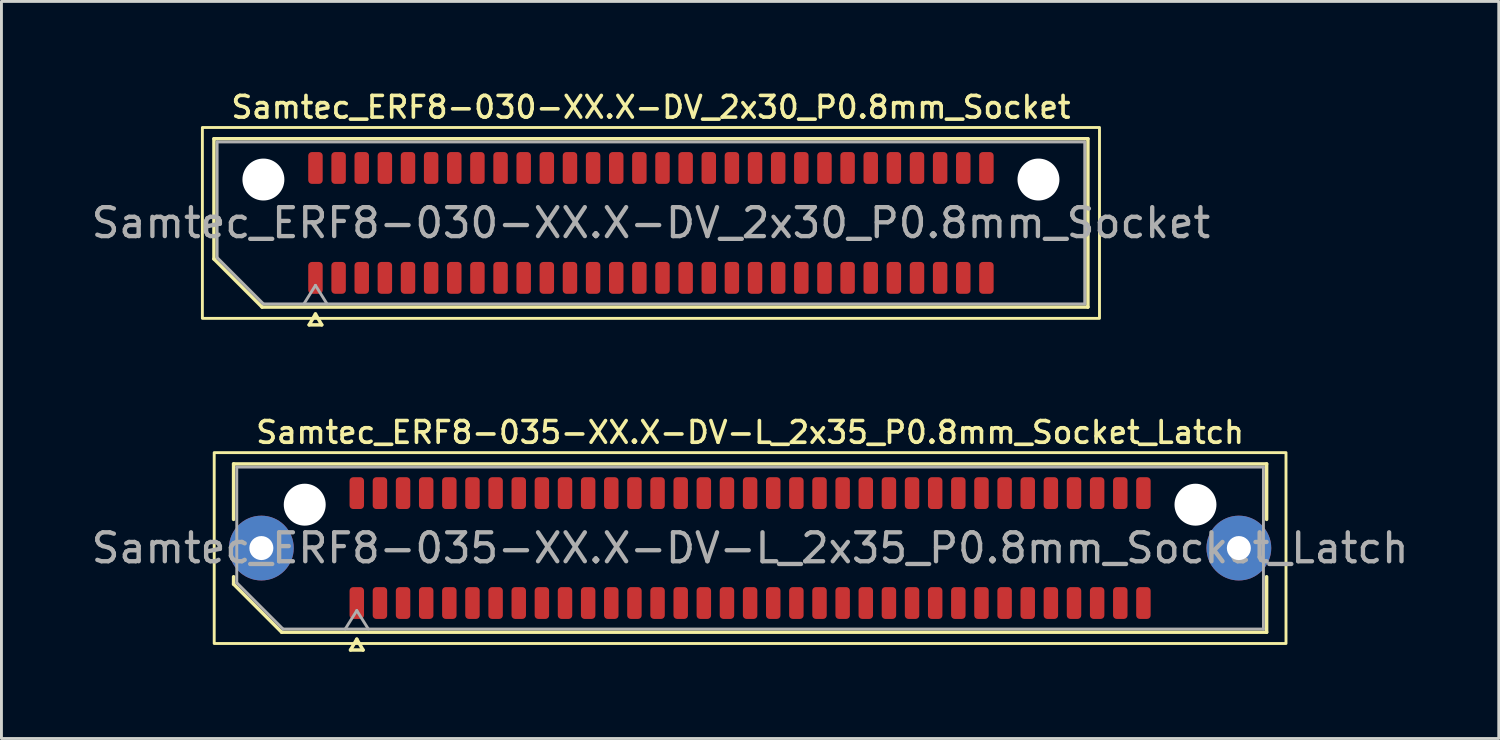
<source format=kicad_pcb>
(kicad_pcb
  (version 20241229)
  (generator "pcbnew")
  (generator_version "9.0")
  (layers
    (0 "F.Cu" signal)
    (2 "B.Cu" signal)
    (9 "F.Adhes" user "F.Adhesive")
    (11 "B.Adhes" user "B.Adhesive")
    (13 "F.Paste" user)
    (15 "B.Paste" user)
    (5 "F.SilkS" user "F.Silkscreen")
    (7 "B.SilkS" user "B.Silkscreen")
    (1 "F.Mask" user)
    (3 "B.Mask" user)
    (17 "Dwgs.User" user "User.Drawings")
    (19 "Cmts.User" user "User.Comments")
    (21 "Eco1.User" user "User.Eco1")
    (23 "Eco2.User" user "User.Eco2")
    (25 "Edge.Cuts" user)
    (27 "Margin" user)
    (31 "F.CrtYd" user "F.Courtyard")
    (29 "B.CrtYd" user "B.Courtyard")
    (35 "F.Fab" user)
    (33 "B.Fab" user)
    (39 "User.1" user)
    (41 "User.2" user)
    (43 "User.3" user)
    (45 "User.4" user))
  (footprint "Samtec_ERF8-030-XX.X-DV_2x30_P0.8mm_Socket"
    (layer "F.Cu")
    (at 19.458 4.658)
    (property "Reference" "Samtec_ERF8-030-XX.X-DV_2x30_P0.8mm_Socket" (at 0 -4 0) (layer "F.SilkS") (effects (font (size 0.75 0.75) (thickness 0.125))))
    (attr smd)
    (fp_line (start -15.11 -2.91) (end 15.11 -2.91) (stroke (width 0.12) (type solid)) (layer "F.SilkS"))
    (fp_line (start -15.11 1.246) (end -15.11 -2.91) (stroke (width 0.12) (type solid)) (layer "F.SilkS"))
    (fp_line (start -13.446 2.91) (end -15.11 1.246) (stroke (width 0.12) (type solid)) (layer "F.SilkS"))
    (fp_line (start -11.817 3.525) (end -11.6 3.15) (stroke (width 0.12) (type solid)) (layer "F.SilkS"))
    (fp_line (start -11.6 3.15) (end -11.383 3.525) (stroke (width 0.12) (type solid)) (layer "F.SilkS"))
    (fp_line (start -11.383 3.525) (end -11.817 3.525) (stroke (width 0.12) (type solid)) (layer "F.SilkS"))
    (fp_line (start 15.11 -2.91) (end 15.11 2.91) (stroke (width 0.12) (type solid)) (layer "F.SilkS"))
    (fp_line (start 15.11 2.91) (end -13.446 2.91) (stroke (width 0.12) (type solid)) (layer "F.SilkS"))
    (fp_rect (start -15.51 -3.3) (end 15.51 3.3) (stroke (width 0.1) (type solid)) (fill no) (layer "F.SilkS"))
    (fp_line (start -15 -2.8) (end 15 -2.8) (stroke (width 0.1) (type solid)) (layer "F.Fab"))
    (fp_line (start -15 1.2) (end -15 -2.8) (stroke (width 0.1) (type solid)) (layer "F.Fab"))
    (fp_line (start -13.4 2.8) (end -15 1.2) (stroke (width 0.1) (type solid)) (layer "F.Fab"))
    (fp_line (start -12 2.8) (end -11.6 2.16) (stroke (width 0.1) (type solid)) (layer "F.Fab"))
    (fp_line (start -11.6 2.16) (end -11.2 2.8) (stroke (width 0.1) (type solid)) (layer "F.Fab"))
    (fp_line (start 15 -2.8) (end 15 2.8) (stroke (width 0.1) (type solid)) (layer "F.Fab"))
    (fp_line (start 15 2.8) (end -13.4 2.8) (stroke (width 0.1) (type solid)) (layer "F.Fab"))
    (fp_text user "${REFERENCE}" (at 0 0 0) (layer "F.Fab") (effects (font (size 1 1) (thickness 0.15))))
    (pad "" np_thru_hole circle (at -13.4 -1.5) (size 1.45 1.45) (drill 1.45) (layers "*.Cu" "*.Mask"))
    (pad "" np_thru_hole circle (at 13.4 -1.5) (size 1.45 1.45) (drill 1.45) (layers "*.Cu" "*.Mask"))
    (pad "1" smd roundrect (at -11.6 1.9) (size 0.5 1.1) (layers "F.Cu" "F.Mask" "F.Paste") (roundrect_rratio 0.25))
    (pad "2" smd roundrect (at -11.6 -1.9) (size 0.5 1.1) (layers "F.Cu" "F.Mask" "F.Paste") (roundrect_rratio 0.25))
    (pad "3" smd roundrect (at -10.8 1.9) (size 0.5 1.1) (layers "F.Cu" "F.Mask" "F.Paste") (roundrect_rratio 0.25))
    (pad "4" smd roundrect (at -10.8 -1.9) (size 0.5 1.1) (layers "F.Cu" "F.Mask" "F.Paste") (roundrect_rratio 0.25))
    (pad "5" smd roundrect (at -10 1.9) (size 0.5 1.1) (layers "F.Cu" "F.Mask" "F.Paste") (roundrect_rratio 0.25))
    (pad "6" smd roundrect (at -10 -1.9) (size 0.5 1.1) (layers "F.Cu" "F.Mask" "F.Paste") (roundrect_rratio 0.25))
    (pad "7" smd roundrect (at -9.2 1.9) (size 0.5 1.1) (layers "F.Cu" "F.Mask" "F.Paste") (roundrect_rratio 0.25))
    (pad "8" smd roundrect (at -9.2 -1.9) (size 0.5 1.1) (layers "F.Cu" "F.Mask" "F.Paste") (roundrect_rratio 0.25))
    (pad "9" smd roundrect (at -8.4 1.9) (size 0.5 1.1) (layers "F.Cu" "F.Mask" "F.Paste") (roundrect_rratio 0.25))
    (pad "10" smd roundrect (at -8.4 -1.9) (size 0.5 1.1) (layers "F.Cu" "F.Mask" "F.Paste") (roundrect_rratio 0.25))
    (pad "11" smd roundrect (at -7.6 1.9) (size 0.5 1.1) (layers "F.Cu" "F.Mask" "F.Paste") (roundrect_rratio 0.25))
    (pad "12" smd roundrect (at -7.6 -1.9) (size 0.5 1.1) (layers "F.Cu" "F.Mask" "F.Paste") (roundrect_rratio 0.25))
    (pad "13" smd roundrect (at -6.8 1.9) (size 0.5 1.1) (layers "F.Cu" "F.Mask" "F.Paste") (roundrect_rratio 0.25))
    (pad "14" smd roundrect (at -6.8 -1.9) (size 0.5 1.1) (layers "F.Cu" "F.Mask" "F.Paste") (roundrect_rratio 0.25))
    (pad "15" smd roundrect (at -6 1.9) (size 0.5 1.1) (layers "F.Cu" "F.Mask" "F.Paste") (roundrect_rratio 0.25))
    (pad "16" smd roundrect (at -6 -1.9) (size 0.5 1.1) (layers "F.Cu" "F.Mask" "F.Paste") (roundrect_rratio 0.25))
    (pad "17" smd roundrect (at -5.2 1.9) (size 0.5 1.1) (layers "F.Cu" "F.Mask" "F.Paste") (roundrect_rratio 0.25))
    (pad "18" smd roundrect (at -5.2 -1.9) (size 0.5 1.1) (layers "F.Cu" "F.Mask" "F.Paste") (roundrect_rratio 0.25))
    (pad "19" smd roundrect (at -4.4 1.9) (size 0.5 1.1) (layers "F.Cu" "F.Mask" "F.Paste") (roundrect_rratio 0.25))
    (pad "20" smd roundrect (at -4.4 -1.9) (size 0.5 1.1) (layers "F.Cu" "F.Mask" "F.Paste") (roundrect_rratio 0.25))
    (pad "21" smd roundrect (at -3.6 1.9) (size 0.5 1.1) (layers "F.Cu" "F.Mask" "F.Paste") (roundrect_rratio 0.25))
    (pad "22" smd roundrect (at -3.6 -1.9) (size 0.5 1.1) (layers "F.Cu" "F.Mask" "F.Paste") (roundrect_rratio 0.25))
    (pad "23" smd roundrect (at -2.8 1.9) (size 0.5 1.1) (layers "F.Cu" "F.Mask" "F.Paste") (roundrect_rratio 0.25))
    (pad "24" smd roundrect (at -2.8 -1.9) (size 0.5 1.1) (layers "F.Cu" "F.Mask" "F.Paste") (roundrect_rratio 0.25))
    (pad "25" smd roundrect (at -2 1.9) (size 0.5 1.1) (layers "F.Cu" "F.Mask" "F.Paste") (roundrect_rratio 0.25))
    (pad "26" smd roundrect (at -2 -1.9) (size 0.5 1.1) (layers "F.Cu" "F.Mask" "F.Paste") (roundrect_rratio 0.25))
    (pad "27" smd roundrect (at -1.2 1.9) (size 0.5 1.1) (layers "F.Cu" "F.Mask" "F.Paste") (roundrect_rratio 0.25))
    (pad "28" smd roundrect (at -1.2 -1.9) (size 0.5 1.1) (layers "F.Cu" "F.Mask" "F.Paste") (roundrect_rratio 0.25))
    (pad "29" smd roundrect (at -0.4 1.9) (size 0.5 1.1) (layers "F.Cu" "F.Mask" "F.Paste") (roundrect_rratio 0.25))
    (pad "30" smd roundrect (at -0.4 -1.9) (size 0.5 1.1) (layers "F.Cu" "F.Mask" "F.Paste") (roundrect_rratio 0.25))
    (pad "31" smd roundrect (at 0.4 1.9) (size 0.5 1.1) (layers "F.Cu" "F.Mask" "F.Paste") (roundrect_rratio 0.25))
    (pad "32" smd roundrect (at 0.4 -1.9) (size 0.5 1.1) (layers "F.Cu" "F.Mask" "F.Paste") (roundrect_rratio 0.25))
    (pad "33" smd roundrect (at 1.2 1.9) (size 0.5 1.1) (layers "F.Cu" "F.Mask" "F.Paste") (roundrect_rratio 0.25))
    (pad "34" smd roundrect (at 1.2 -1.9) (size 0.5 1.1) (layers "F.Cu" "F.Mask" "F.Paste") (roundrect_rratio 0.25))
    (pad "35" smd roundrect (at 2 1.9) (size 0.5 1.1) (layers "F.Cu" "F.Mask" "F.Paste") (roundrect_rratio 0.25))
    (pad "36" smd roundrect (at 2 -1.9) (size 0.5 1.1) (layers "F.Cu" "F.Mask" "F.Paste") (roundrect_rratio 0.25))
    (pad "37" smd roundrect (at 2.8 1.9) (size 0.5 1.1) (layers "F.Cu" "F.Mask" "F.Paste") (roundrect_rratio 0.25))
    (pad "38" smd roundrect (at 2.8 -1.9) (size 0.5 1.1) (layers "F.Cu" "F.Mask" "F.Paste") (roundrect_rratio 0.25))
    (pad "39" smd roundrect (at 3.6 1.9) (size 0.5 1.1) (layers "F.Cu" "F.Mask" "F.Paste") (roundrect_rratio 0.25))
    (pad "40" smd roundrect (at 3.6 -1.9) (size 0.5 1.1) (layers "F.Cu" "F.Mask" "F.Paste") (roundrect_rratio 0.25))
    (pad "41" smd roundrect (at 4.4 1.9) (size 0.5 1.1) (layers "F.Cu" "F.Mask" "F.Paste") (roundrect_rratio 0.25))
    (pad "42" smd roundrect (at 4.4 -1.9) (size 0.5 1.1) (layers "F.Cu" "F.Mask" "F.Paste") (roundrect_rratio 0.25))
    (pad "43" smd roundrect (at 5.2 1.9) (size 0.5 1.1) (layers "F.Cu" "F.Mask" "F.Paste") (roundrect_rratio 0.25))
    (pad "44" smd roundrect (at 5.2 -1.9) (size 0.5 1.1) (layers "F.Cu" "F.Mask" "F.Paste") (roundrect_rratio 0.25))
    (pad "45" smd roundrect (at 6 1.9) (size 0.5 1.1) (layers "F.Cu" "F.Mask" "F.Paste") (roundrect_rratio 0.25))
    (pad "46" smd roundrect (at 6 -1.9) (size 0.5 1.1) (layers "F.Cu" "F.Mask" "F.Paste") (roundrect_rratio 0.25))
    (pad "47" smd roundrect (at 6.8 1.9) (size 0.5 1.1) (layers "F.Cu" "F.Mask" "F.Paste") (roundrect_rratio 0.25))
    (pad "48" smd roundrect (at 6.8 -1.9) (size 0.5 1.1) (layers "F.Cu" "F.Mask" "F.Paste") (roundrect_rratio 0.25))
    (pad "49" smd roundrect (at 7.6 1.9) (size 0.5 1.1) (layers "F.Cu" "F.Mask" "F.Paste") (roundrect_rratio 0.25))
    (pad "50" smd roundrect (at 7.6 -1.9) (size 0.5 1.1) (layers "F.Cu" "F.Mask" "F.Paste") (roundrect_rratio 0.25))
    (pad "51" smd roundrect (at 8.4 1.9) (size 0.5 1.1) (layers "F.Cu" "F.Mask" "F.Paste") (roundrect_rratio 0.25))
    (pad "52" smd roundrect (at 8.4 -1.9) (size 0.5 1.1) (layers "F.Cu" "F.Mask" "F.Paste") (roundrect_rratio 0.25))
    (pad "53" smd roundrect (at 9.2 1.9) (size 0.5 1.1) (layers "F.Cu" "F.Mask" "F.Paste") (roundrect_rratio 0.25))
    (pad "54" smd roundrect (at 9.2 -1.9) (size 0.5 1.1) (layers "F.Cu" "F.Mask" "F.Paste") (roundrect_rratio 0.25))
    (pad "55" smd roundrect (at 10 1.9) (size 0.5 1.1) (layers "F.Cu" "F.Mask" "F.Paste") (roundrect_rratio 0.25))
    (pad "56" smd roundrect (at 10 -1.9) (size 0.5 1.1) (layers "F.Cu" "F.Mask" "F.Paste") (roundrect_rratio 0.25))
    (pad "57" smd roundrect (at 10.8 1.9) (size 0.5 1.1) (layers "F.Cu" "F.Mask" "F.Paste") (roundrect_rratio 0.25))
    (pad "58" smd roundrect (at 10.8 -1.9) (size 0.5 1.1) (layers "F.Cu" "F.Mask" "F.Paste") (roundrect_rratio 0.25))
    (pad "59" smd roundrect (at 11.6 1.9) (size 0.5 1.1) (layers "F.Cu" "F.Mask" "F.Paste") (roundrect_rratio 0.25))
    (pad "60" smd roundrect (at 11.6 -1.9) (size 0.5 1.1) (layers "F.Cu" "F.Mask" "F.Paste") (roundrect_rratio 0.25)))
  (footprint "Samtec_ERF8-035-XX.X-DV-L_2x35_P0.8mm_Socket_Latch"
    (layer "F.Cu")
    (at 22.887 15.901)
    (property "Reference" "Samtec_ERF8-035-XX.X-DV-L_2x35_P0.8mm_Socket_Latch" (at 0 -4 0) (layer "F.SilkS") (effects (font (size 0.75 0.75) (thickness 0.125))))
    (attr smd)
    (fp_line (start -17.86 -2.91) (end 17.86 -2.91) (stroke (width 0.12) (type solid)) (layer "F.SilkS"))
    (fp_line (start -17.86 -0.991) (end -17.86 -2.91) (stroke (width 0.12) (type solid)) (layer "F.SilkS"))
    (fp_line (start -17.86 1.246) (end -17.86 0.991) (stroke (width 0.12) (type solid)) (layer "F.SilkS"))
    (fp_line (start -16.196 2.91) (end -17.86 1.246) (stroke (width 0.12) (type solid)) (layer "F.SilkS"))
    (fp_line (start -13.817 3.525) (end -13.6 3.15) (stroke (width 0.12) (type solid)) (layer "F.SilkS"))
    (fp_line (start -13.6 3.15) (end -13.383 3.525) (stroke (width 0.12) (type solid)) (layer "F.SilkS"))
    (fp_line (start -13.383 3.525) (end -13.817 3.525) (stroke (width 0.12) (type solid)) (layer "F.SilkS"))
    (fp_line (start 17.86 -2.91) (end 17.86 -0.991) (stroke (width 0.12) (type solid)) (layer "F.SilkS"))
    (fp_line (start 17.86 0.991) (end 17.86 2.91) (stroke (width 0.12) (type solid)) (layer "F.SilkS"))
    (fp_line (start 17.86 2.91) (end -16.196 2.91) (stroke (width 0.12) (type solid)) (layer "F.SilkS"))
    (fp_rect (start -18.53 -3.3) (end 18.53 3.3) (stroke (width 0.1) (type solid)) (fill no) (layer "F.SilkS"))
    (fp_line (start -17.75 -2.8) (end 17.75 -2.8) (stroke (width 0.1) (type solid)) (layer "F.Fab"))
    (fp_line (start -17.75 1.2) (end -17.75 -2.8) (stroke (width 0.1) (type solid)) (layer "F.Fab"))
    (fp_line (start -16.15 2.8) (end -17.75 1.2) (stroke (width 0.1) (type solid)) (layer "F.Fab"))
    (fp_line (start -14 2.8) (end -13.6 2.16) (stroke (width 0.1) (type solid)) (layer "F.Fab"))
    (fp_line (start -13.6 2.16) (end -13.2 2.8) (stroke (width 0.1) (type solid)) (layer "F.Fab"))
    (fp_line (start 17.75 -2.8) (end 17.75 2.8) (stroke (width 0.1) (type solid)) (layer "F.Fab"))
    (fp_line (start 17.75 2.8) (end -16.15 2.8) (stroke (width 0.1) (type solid)) (layer "F.Fab"))
    (fp_text user "${REFERENCE}" (at 0 0 0) (layer "F.Fab") (effects (font (size 1 1) (thickness 0.15))))
    (pad "" thru_hole circle (at -16.9 0) (size 2.24 2.24) (drill 0.83) (layers "*.Cu" "*.Mask" "F.Paste"))
    (pad "" np_thru_hole circle (at -15.4 -1.5) (size 1.45 1.45) (drill 1.45) (layers "*.Cu" "*.Mask"))
    (pad "" np_thru_hole circle (at 15.4 -1.5) (size 1.45 1.45) (drill 1.45) (layers "*.Cu" "*.Mask"))
    (pad "" thru_hole circle (at 16.9 0) (size 2.24 2.24) (drill 0.83) (layers "*.Cu" "*.Mask" "F.Paste"))
    (pad "1" smd roundrect (at -13.6 1.9) (size 0.5 1.1) (layers "F.Cu" "F.Mask" "F.Paste") (roundrect_rratio 0.25))
    (pad "2" smd roundrect (at -13.6 -1.9) (size 0.5 1.1) (layers "F.Cu" "F.Mask" "F.Paste") (roundrect_rratio 0.25))
    (pad "3" smd roundrect (at -12.8 1.9) (size 0.5 1.1) (layers "F.Cu" "F.Mask" "F.Paste") (roundrect_rratio 0.25))
    (pad "4" smd roundrect (at -12.8 -1.9) (size 0.5 1.1) (layers "F.Cu" "F.Mask" "F.Paste") (roundrect_rratio 0.25))
    (pad "5" smd roundrect (at -12 1.9) (size 0.5 1.1) (layers "F.Cu" "F.Mask" "F.Paste") (roundrect_rratio 0.25))
    (pad "6" smd roundrect (at -12 -1.9) (size 0.5 1.1) (layers "F.Cu" "F.Mask" "F.Paste") (roundrect_rratio 0.25))
    (pad "7" smd roundrect (at -11.2 1.9) (size 0.5 1.1) (layers "F.Cu" "F.Mask" "F.Paste") (roundrect_rratio 0.25))
    (pad "8" smd roundrect (at -11.2 -1.9) (size 0.5 1.1) (layers "F.Cu" "F.Mask" "F.Paste") (roundrect_rratio 0.25))
    (pad "9" smd roundrect (at -10.4 1.9) (size 0.5 1.1) (layers "F.Cu" "F.Mask" "F.Paste") (roundrect_rratio 0.25))
    (pad "10" smd roundrect (at -10.4 -1.9) (size 0.5 1.1) (layers "F.Cu" "F.Mask" "F.Paste") (roundrect_rratio 0.25))
    (pad "11" smd roundrect (at -9.6 1.9) (size 0.5 1.1) (layers "F.Cu" "F.Mask" "F.Paste") (roundrect_rratio 0.25))
    (pad "12" smd roundrect (at -9.6 -1.9) (size 0.5 1.1) (layers "F.Cu" "F.Mask" "F.Paste") (roundrect_rratio 0.25))
    (pad "13" smd roundrect (at -8.8 1.9) (size 0.5 1.1) (layers "F.Cu" "F.Mask" "F.Paste") (roundrect_rratio 0.25))
    (pad "14" smd roundrect (at -8.8 -1.9) (size 0.5 1.1) (layers "F.Cu" "F.Mask" "F.Paste") (roundrect_rratio 0.25))
    (pad "15" smd roundrect (at -8 1.9) (size 0.5 1.1) (layers "F.Cu" "F.Mask" "F.Paste") (roundrect_rratio 0.25))
    (pad "16" smd roundrect (at -8 -1.9) (size 0.5 1.1) (layers "F.Cu" "F.Mask" "F.Paste") (roundrect_rratio 0.25))
    (pad "17" smd roundrect (at -7.2 1.9) (size 0.5 1.1) (layers "F.Cu" "F.Mask" "F.Paste") (roundrect_rratio 0.25))
    (pad "18" smd roundrect (at -7.2 -1.9) (size 0.5 1.1) (layers "F.Cu" "F.Mask" "F.Paste") (roundrect_rratio 0.25))
    (pad "19" smd roundrect (at -6.4 1.9) (size 0.5 1.1) (layers "F.Cu" "F.Mask" "F.Paste") (roundrect_rratio 0.25))
    (pad "20" smd roundrect (at -6.4 -1.9) (size 0.5 1.1) (layers "F.Cu" "F.Mask" "F.Paste") (roundrect_rratio 0.25))
    (pad "21" smd roundrect (at -5.6 1.9) (size 0.5 1.1) (layers "F.Cu" "F.Mask" "F.Paste") (roundrect_rratio 0.25))
    (pad "22" smd roundrect (at -5.6 -1.9) (size 0.5 1.1) (layers "F.Cu" "F.Mask" "F.Paste") (roundrect_rratio 0.25))
    (pad "23" smd roundrect (at -4.8 1.9) (size 0.5 1.1) (layers "F.Cu" "F.Mask" "F.Paste") (roundrect_rratio 0.25))
    (pad "24" smd roundrect (at -4.8 -1.9) (size 0.5 1.1) (layers "F.Cu" "F.Mask" "F.Paste") (roundrect_rratio 0.25))
    (pad "25" smd roundrect (at -4 1.9) (size 0.5 1.1) (layers "F.Cu" "F.Mask" "F.Paste") (roundrect_rratio 0.25))
    (pad "26" smd roundrect (at -4 -1.9) (size 0.5 1.1) (layers "F.Cu" "F.Mask" "F.Paste") (roundrect_rratio 0.25))
    (pad "27" smd roundrect (at -3.2 1.9) (size 0.5 1.1) (layers "F.Cu" "F.Mask" "F.Paste") (roundrect_rratio 0.25))
    (pad "28" smd roundrect (at -3.2 -1.9) (size 0.5 1.1) (layers "F.Cu" "F.Mask" "F.Paste") (roundrect_rratio 0.25))
    (pad "29" smd roundrect (at -2.4 1.9) (size 0.5 1.1) (layers "F.Cu" "F.Mask" "F.Paste") (roundrect_rratio 0.25))
    (pad "30" smd roundrect (at -2.4 -1.9) (size 0.5 1.1) (layers "F.Cu" "F.Mask" "F.Paste") (roundrect_rratio 0.25))
    (pad "31" smd roundrect (at -1.6 1.9) (size 0.5 1.1) (layers "F.Cu" "F.Mask" "F.Paste") (roundrect_rratio 0.25))
    (pad "32" smd roundrect (at -1.6 -1.9) (size 0.5 1.1) (layers "F.Cu" "F.Mask" "F.Paste") (roundrect_rratio 0.25))
    (pad "33" smd roundrect (at -0.8 1.9) (size 0.5 1.1) (layers "F.Cu" "F.Mask" "F.Paste") (roundrect_rratio 0.25))
    (pad "34" smd roundrect (at -0.8 -1.9) (size 0.5 1.1) (layers "F.Cu" "F.Mask" "F.Paste") (roundrect_rratio 0.25))
    (pad "35" smd roundrect (at 0 1.9) (size 0.5 1.1) (layers "F.Cu" "F.Mask" "F.Paste") (roundrect_rratio 0.25))
    (pad "36" smd roundrect (at 0 -1.9) (size 0.5 1.1) (layers "F.Cu" "F.Mask" "F.Paste") (roundrect_rratio 0.25))
    (pad "37" smd roundrect (at 0.8 1.9) (size 0.5 1.1) (layers "F.Cu" "F.Mask" "F.Paste") (roundrect_rratio 0.25))
    (pad "38" smd roundrect (at 0.8 -1.9) (size 0.5 1.1) (layers "F.Cu" "F.Mask" "F.Paste") (roundrect_rratio 0.25))
    (pad "39" smd roundrect (at 1.6 1.9) (size 0.5 1.1) (layers "F.Cu" "F.Mask" "F.Paste") (roundrect_rratio 0.25))
    (pad "40" smd roundrect (at 1.6 -1.9) (size 0.5 1.1) (layers "F.Cu" "F.Mask" "F.Paste") (roundrect_rratio 0.25))
    (pad "41" smd roundrect (at 2.4 1.9) (size 0.5 1.1) (layers "F.Cu" "F.Mask" "F.Paste") (roundrect_rratio 0.25))
    (pad "42" smd roundrect (at 2.4 -1.9) (size 0.5 1.1) (layers "F.Cu" "F.Mask" "F.Paste") (roundrect_rratio 0.25))
    (pad "43" smd roundrect (at 3.2 1.9) (size 0.5 1.1) (layers "F.Cu" "F.Mask" "F.Paste") (roundrect_rratio 0.25))
    (pad "44" smd roundrect (at 3.2 -1.9) (size 0.5 1.1) (layers "F.Cu" "F.Mask" "F.Paste") (roundrect_rratio 0.25))
    (pad "45" smd roundrect (at 4 1.9) (size 0.5 1.1) (layers "F.Cu" "F.Mask" "F.Paste") (roundrect_rratio 0.25))
    (pad "46" smd roundrect (at 4 -1.9) (size 0.5 1.1) (layers "F.Cu" "F.Mask" "F.Paste") (roundrect_rratio 0.25))
    (pad "47" smd roundrect (at 4.8 1.9) (size 0.5 1.1) (layers "F.Cu" "F.Mask" "F.Paste") (roundrect_rratio 0.25))
    (pad "48" smd roundrect (at 4.8 -1.9) (size 0.5 1.1) (layers "F.Cu" "F.Mask" "F.Paste") (roundrect_rratio 0.25))
    (pad "49" smd roundrect (at 5.6 1.9) (size 0.5 1.1) (layers "F.Cu" "F.Mask" "F.Paste") (roundrect_rratio 0.25))
    (pad "50" smd roundrect (at 5.6 -1.9) (size 0.5 1.1) (layers "F.Cu" "F.Mask" "F.Paste") (roundrect_rratio 0.25))
    (pad "51" smd roundrect (at 6.4 1.9) (size 0.5 1.1) (layers "F.Cu" "F.Mask" "F.Paste") (roundrect_rratio 0.25))
    (pad "52" smd roundrect (at 6.4 -1.9) (size 0.5 1.1) (layers "F.Cu" "F.Mask" "F.Paste") (roundrect_rratio 0.25))
    (pad "53" smd roundrect (at 7.2 1.9) (size 0.5 1.1) (layers "F.Cu" "F.Mask" "F.Paste") (roundrect_rratio 0.25))
    (pad "54" smd roundrect (at 7.2 -1.9) (size 0.5 1.1) (layers "F.Cu" "F.Mask" "F.Paste") (roundrect_rratio 0.25))
    (pad "55" smd roundrect (at 8 1.9) (size 0.5 1.1) (layers "F.Cu" "F.Mask" "F.Paste") (roundrect_rratio 0.25))
    (pad "56" smd roundrect (at 8 -1.9) (size 0.5 1.1) (layers "F.Cu" "F.Mask" "F.Paste") (roundrect_rratio 0.25))
    (pad "57" smd roundrect (at 8.8 1.9) (size 0.5 1.1) (layers "F.Cu" "F.Mask" "F.Paste") (roundrect_rratio 0.25))
    (pad "58" smd roundrect (at 8.8 -1.9) (size 0.5 1.1) (layers "F.Cu" "F.Mask" "F.Paste") (roundrect_rratio 0.25))
    (pad "59" smd roundrect (at 9.6 1.9) (size 0.5 1.1) (layers "F.Cu" "F.Mask" "F.Paste") (roundrect_rratio 0.25))
    (pad "60" smd roundrect (at 9.6 -1.9) (size 0.5 1.1) (layers "F.Cu" "F.Mask" "F.Paste") (roundrect_rratio 0.25))
    (pad "61" smd roundrect (at 10.4 1.9) (size 0.5 1.1) (layers "F.Cu" "F.Mask" "F.Paste") (roundrect_rratio 0.25))
    (pad "62" smd roundrect (at 10.4 -1.9) (size 0.5 1.1) (layers "F.Cu" "F.Mask" "F.Paste") (roundrect_rratio 0.25))
    (pad "63" smd roundrect (at 11.2 1.9) (size 0.5 1.1) (layers "F.Cu" "F.Mask" "F.Paste") (roundrect_rratio 0.25))
    (pad "64" smd roundrect (at 11.2 -1.9) (size 0.5 1.1) (layers "F.Cu" "F.Mask" "F.Paste") (roundrect_rratio 0.25))
    (pad "65" smd roundrect (at 12 1.9) (size 0.5 1.1) (layers "F.Cu" "F.Mask" "F.Paste") (roundrect_rratio 0.25))
    (pad "66" smd roundrect (at 12 -1.9) (size 0.5 1.1) (layers "F.Cu" "F.Mask" "F.Paste") (roundrect_rratio 0.25))
    (pad "67" smd roundrect (at 12.8 1.9) (size 0.5 1.1) (layers "F.Cu" "F.Mask" "F.Paste") (roundrect_rratio 0.25))
    (pad "68" smd roundrect (at 12.8 -1.9) (size 0.5 1.1) (layers "F.Cu" "F.Mask" "F.Paste") (roundrect_rratio 0.25))
    (pad "69" smd roundrect (at 13.6 1.9) (size 0.5 1.1) (layers "F.Cu" "F.Mask" "F.Paste") (roundrect_rratio 0.25))
    (pad "70" smd roundrect (at 13.6 -1.9) (size 0.5 1.1) (layers "F.Cu" "F.Mask" "F.Paste") (roundrect_rratio 0.25)))
  (gr_rect
    (start -3 -3)
    (end 48.774 22.486)
    (stroke (width 0.1) (type default))
    (fill no)
    (layer "Edge.Cuts")))
</source>
